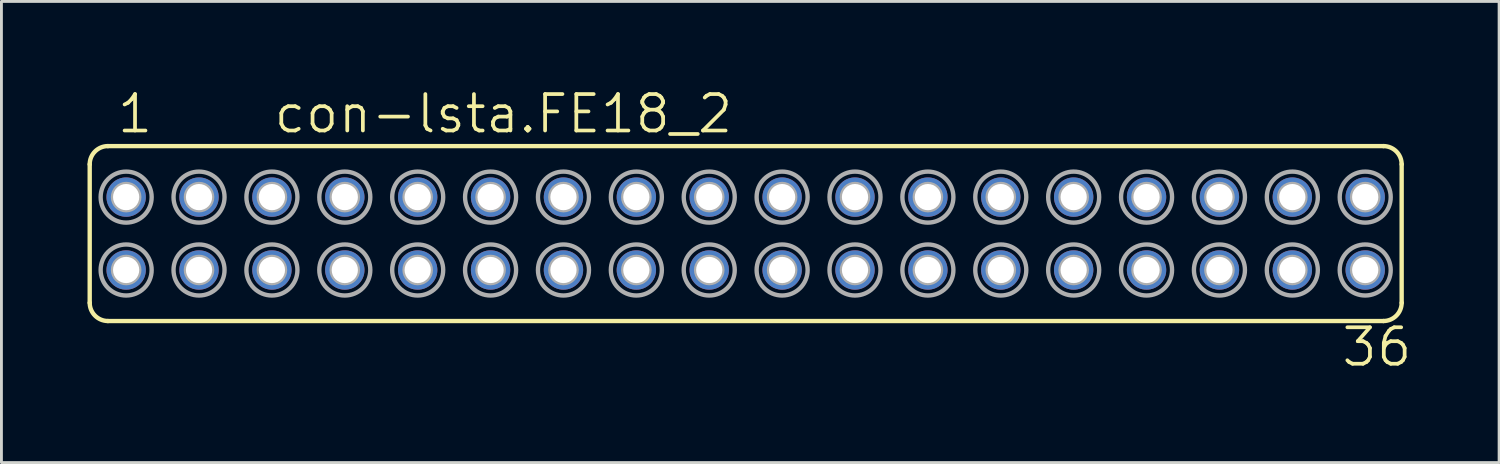
<source format=kicad_pcb>
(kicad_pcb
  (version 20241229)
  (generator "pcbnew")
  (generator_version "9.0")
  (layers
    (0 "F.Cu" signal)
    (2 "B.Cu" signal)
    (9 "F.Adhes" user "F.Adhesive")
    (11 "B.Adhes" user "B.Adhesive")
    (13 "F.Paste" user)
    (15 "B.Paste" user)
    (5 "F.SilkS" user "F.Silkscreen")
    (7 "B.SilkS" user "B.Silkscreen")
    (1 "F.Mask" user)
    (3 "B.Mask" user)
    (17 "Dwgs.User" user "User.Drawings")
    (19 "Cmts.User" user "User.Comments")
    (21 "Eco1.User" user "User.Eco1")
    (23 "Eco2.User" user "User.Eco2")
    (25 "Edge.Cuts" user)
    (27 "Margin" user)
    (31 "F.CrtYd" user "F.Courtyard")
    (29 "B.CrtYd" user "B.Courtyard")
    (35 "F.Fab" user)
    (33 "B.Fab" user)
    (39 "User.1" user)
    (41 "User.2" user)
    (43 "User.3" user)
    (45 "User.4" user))
  (footprint "con-lsta.FE18_2"
    (layer "F.Cu")
    (at 22.936 5.089)
    (property "Reference" "con-lsta.FE18_2" (at -16.51 -3.429 0) (layer "F.SilkS") (effects (font (size 1.27 1.27) (thickness 0.13)) (justify left bottom)))
    (attr through_hole)
    (fp_line (start -22.86 2.413) (end -22.86 -2.413) (stroke (width 0.152) (type default)) (layer "F.SilkS"))
    (fp_line (start -22.225 -3.048) (end 22.225 -3.048) (stroke (width 0.152) (type default)) (layer "F.SilkS"))
    (fp_line (start -22.225 3.048) (end 22.225 3.048) (stroke (width 0.152) (type default)) (layer "F.SilkS"))
    (fp_line (start 22.86 2.413) (end 22.86 -2.413) (stroke (width 0.152) (type default)) (layer "F.SilkS"))
    (fp_arc (start -22.86 -2.413) (mid -22.674013 -2.862013) (end -22.225 -3.048) (stroke (width 0.1524) (type default)) (layer "F.SilkS"))
    (fp_arc (start -22.225 3.048) (mid -22.674013 2.862013) (end -22.86 2.413) (stroke (width 0.1524) (type default)) (layer "F.SilkS"))
    (fp_arc (start 22.225 -3.048) (mid 22.674013 -2.862013) (end 22.86 -2.413) (stroke (width 0.1524) (type default)) (layer "F.SilkS"))
    (fp_arc (start 22.86 2.413) (mid 22.674013 2.862013) (end 22.225 3.048) (stroke (width 0.1524) (type default)) (layer "F.SilkS"))
    (fp_circle (center -21.59 -1.27) (end -21.463 -1.27) (stroke (width 0.406) (type default)) (fill no) (layer "F.Fab"))
    (fp_circle (center -21.59 -1.27) (end -20.701 -1.27) (stroke (width 0.152) (type default)) (fill no) (layer "F.Fab"))
    (fp_circle (center -21.59 1.27) (end -21.463 1.27) (stroke (width 0.406) (type default)) (fill no) (layer "F.Fab"))
    (fp_circle (center -21.59 1.27) (end -20.701 1.27) (stroke (width 0.152) (type default)) (fill no) (layer "F.Fab"))
    (fp_circle (center -19.05 -1.27) (end -18.923 -1.27) (stroke (width 0.406) (type default)) (fill no) (layer "F.Fab"))
    (fp_circle (center -19.05 -1.27) (end -18.161 -1.27) (stroke (width 0.152) (type default)) (fill no) (layer "F.Fab"))
    (fp_circle (center -19.05 1.27) (end -18.923 1.27) (stroke (width 0.406) (type default)) (fill no) (layer "F.Fab"))
    (fp_circle (center -19.05 1.27) (end -18.161 1.27) (stroke (width 0.152) (type default)) (fill no) (layer "F.Fab"))
    (fp_circle (center -16.51 -1.27) (end -16.383 -1.27) (stroke (width 0.406) (type default)) (fill no) (layer "F.Fab"))
    (fp_circle (center -16.51 -1.27) (end -15.621 -1.27) (stroke (width 0.152) (type default)) (fill no) (layer "F.Fab"))
    (fp_circle (center -16.51 1.27) (end -16.383 1.27) (stroke (width 0.406) (type default)) (fill no) (layer "F.Fab"))
    (fp_circle (center -16.51 1.27) (end -15.621 1.27) (stroke (width 0.152) (type default)) (fill no) (layer "F.Fab"))
    (fp_circle (center -13.97 -1.27) (end -13.843 -1.27) (stroke (width 0.406) (type default)) (fill no) (layer "F.Fab"))
    (fp_circle (center -13.97 -1.27) (end -13.081 -1.27) (stroke (width 0.152) (type default)) (fill no) (layer "F.Fab"))
    (fp_circle (center -13.97 1.27) (end -13.843 1.27) (stroke (width 0.406) (type default)) (fill no) (layer "F.Fab"))
    (fp_circle (center -13.97 1.27) (end -13.081 1.27) (stroke (width 0.152) (type default)) (fill no) (layer "F.Fab"))
    (fp_circle (center -11.43 -1.27) (end -11.303 -1.27) (stroke (width 0.406) (type default)) (fill no) (layer "F.Fab"))
    (fp_circle (center -11.43 -1.27) (end -10.541 -1.27) (stroke (width 0.152) (type default)) (fill no) (layer "F.Fab"))
    (fp_circle (center -11.43 1.27) (end -11.303 1.27) (stroke (width 0.406) (type default)) (fill no) (layer "F.Fab"))
    (fp_circle (center -11.43 1.27) (end -10.541 1.27) (stroke (width 0.152) (type default)) (fill no) (layer "F.Fab"))
    (fp_circle (center -8.89 -1.27) (end -8.763 -1.27) (stroke (width 0.406) (type default)) (fill no) (layer "F.Fab"))
    (fp_circle (center -8.89 -1.27) (end -8.001 -1.27) (stroke (width 0.152) (type default)) (fill no) (layer "F.Fab"))
    (fp_circle (center -8.89 1.27) (end -8.763 1.27) (stroke (width 0.406) (type default)) (fill no) (layer "F.Fab"))
    (fp_circle (center -8.89 1.27) (end -8.001 1.27) (stroke (width 0.152) (type default)) (fill no) (layer "F.Fab"))
    (fp_circle (center -6.35 -1.27) (end -6.223 -1.27) (stroke (width 0.406) (type default)) (fill no) (layer "F.Fab"))
    (fp_circle (center -6.35 -1.27) (end -5.461 -1.27) (stroke (width 0.152) (type default)) (fill no) (layer "F.Fab"))
    (fp_circle (center -6.35 1.27) (end -6.223 1.27) (stroke (width 0.406) (type default)) (fill no) (layer "F.Fab"))
    (fp_circle (center -6.35 1.27) (end -5.461 1.27) (stroke (width 0.152) (type default)) (fill no) (layer "F.Fab"))
    (fp_circle (center -3.81 -1.27) (end -3.683 -1.27) (stroke (width 0.406) (type default)) (fill no) (layer "F.Fab"))
    (fp_circle (center -3.81 -1.27) (end -2.921 -1.27) (stroke (width 0.152) (type default)) (fill no) (layer "F.Fab"))
    (fp_circle (center -3.81 1.27) (end -3.683 1.27) (stroke (width 0.406) (type default)) (fill no) (layer "F.Fab"))
    (fp_circle (center -3.81 1.27) (end -2.921 1.27) (stroke (width 0.152) (type default)) (fill no) (layer "F.Fab"))
    (fp_circle (center -1.27 -1.27) (end -1.143 -1.27) (stroke (width 0.406) (type default)) (fill no) (layer "F.Fab"))
    (fp_circle (center -1.27 -1.27) (end -0.381 -1.27) (stroke (width 0.152) (type default)) (fill no) (layer "F.Fab"))
    (fp_circle (center -1.27 1.27) (end -1.143 1.27) (stroke (width 0.406) (type default)) (fill no) (layer "F.Fab"))
    (fp_circle (center -1.27 1.27) (end -0.381 1.27) (stroke (width 0.152) (type default)) (fill no) (layer "F.Fab"))
    (fp_circle (center 1.27 -1.27) (end 1.397 -1.27) (stroke (width 0.406) (type default)) (fill no) (layer "F.Fab"))
    (fp_circle (center 1.27 -1.27) (end 2.159 -1.27) (stroke (width 0.152) (type default)) (fill no) (layer "F.Fab"))
    (fp_circle (center 1.27 1.27) (end 1.397 1.27) (stroke (width 0.406) (type default)) (fill no) (layer "F.Fab"))
    (fp_circle (center 1.27 1.27) (end 2.159 1.27) (stroke (width 0.152) (type default)) (fill no) (layer "F.Fab"))
    (fp_circle (center 3.81 -1.27) (end 3.937 -1.27) (stroke (width 0.406) (type default)) (fill no) (layer "F.Fab"))
    (fp_circle (center 3.81 -1.27) (end 4.699 -1.27) (stroke (width 0.152) (type default)) (fill no) (layer "F.Fab"))
    (fp_circle (center 3.81 1.27) (end 3.937 1.27) (stroke (width 0.406) (type default)) (fill no) (layer "F.Fab"))
    (fp_circle (center 3.81 1.27) (end 4.699 1.27) (stroke (width 0.152) (type default)) (fill no) (layer "F.Fab"))
    (fp_circle (center 6.35 -1.27) (end 6.477 -1.27) (stroke (width 0.406) (type default)) (fill no) (layer "F.Fab"))
    (fp_circle (center 6.35 -1.27) (end 7.239 -1.27) (stroke (width 0.152) (type default)) (fill no) (layer "F.Fab"))
    (fp_circle (center 6.35 1.27) (end 6.477 1.27) (stroke (width 0.406) (type default)) (fill no) (layer "F.Fab"))
    (fp_circle (center 6.35 1.27) (end 7.239 1.27) (stroke (width 0.152) (type default)) (fill no) (layer "F.Fab"))
    (fp_circle (center 8.89 -1.27) (end 9.017 -1.27) (stroke (width 0.406) (type default)) (fill no) (layer "F.Fab"))
    (fp_circle (center 8.89 -1.27) (end 9.779 -1.27) (stroke (width 0.152) (type default)) (fill no) (layer "F.Fab"))
    (fp_circle (center 8.89 1.27) (end 9.017 1.27) (stroke (width 0.406) (type default)) (fill no) (layer "F.Fab"))
    (fp_circle (center 8.89 1.27) (end 9.779 1.27) (stroke (width 0.152) (type default)) (fill no) (layer "F.Fab"))
    (fp_circle (center 11.43 -1.27) (end 11.557 -1.27) (stroke (width 0.406) (type default)) (fill no) (layer "F.Fab"))
    (fp_circle (center 11.43 -1.27) (end 12.319 -1.27) (stroke (width 0.152) (type default)) (fill no) (layer "F.Fab"))
    (fp_circle (center 11.43 1.27) (end 11.557 1.27) (stroke (width 0.406) (type default)) (fill no) (layer "F.Fab"))
    (fp_circle (center 11.43 1.27) (end 12.319 1.27) (stroke (width 0.152) (type default)) (fill no) (layer "F.Fab"))
    (fp_circle (center 13.97 -1.27) (end 14.097 -1.27) (stroke (width 0.406) (type default)) (fill no) (layer "F.Fab"))
    (fp_circle (center 13.97 -1.27) (end 14.859 -1.27) (stroke (width 0.152) (type default)) (fill no) (layer "F.Fab"))
    (fp_circle (center 13.97 1.27) (end 14.097 1.27) (stroke (width 0.406) (type default)) (fill no) (layer "F.Fab"))
    (fp_circle (center 13.97 1.27) (end 14.859 1.27) (stroke (width 0.152) (type default)) (fill no) (layer "F.Fab"))
    (fp_circle (center 16.51 -1.27) (end 16.637 -1.27) (stroke (width 0.406) (type default)) (fill no) (layer "F.Fab"))
    (fp_circle (center 16.51 -1.27) (end 17.399 -1.27) (stroke (width 0.152) (type default)) (fill no) (layer "F.Fab"))
    (fp_circle (center 16.51 1.27) (end 16.637 1.27) (stroke (width 0.406) (type default)) (fill no) (layer "F.Fab"))
    (fp_circle (center 16.51 1.27) (end 17.399 1.27) (stroke (width 0.152) (type default)) (fill no) (layer "F.Fab"))
    (fp_circle (center 19.05 -1.27) (end 19.177 -1.27) (stroke (width 0.406) (type default)) (fill no) (layer "F.Fab"))
    (fp_circle (center 19.05 -1.27) (end 19.939 -1.27) (stroke (width 0.152) (type default)) (fill no) (layer "F.Fab"))
    (fp_circle (center 19.05 1.27) (end 19.177 1.27) (stroke (width 0.406) (type default)) (fill no) (layer "F.Fab"))
    (fp_circle (center 19.05 1.27) (end 19.939 1.27) (stroke (width 0.152) (type default)) (fill no) (layer "F.Fab"))
    (fp_circle (center 21.59 -1.27) (end 21.717 -1.27) (stroke (width 0.406) (type default)) (fill no) (layer "F.Fab"))
    (fp_circle (center 21.59 -1.27) (end 22.479 -1.27) (stroke (width 0.152) (type default)) (fill no) (layer "F.Fab"))
    (fp_circle (center 21.59 1.27) (end 21.717 1.27) (stroke (width 0.406) (type default)) (fill no) (layer "F.Fab"))
    (fp_circle (center 21.59 1.27) (end 22.479 1.27) (stroke (width 0.152) (type default)) (fill no) (layer "F.Fab"))
    (fp_text user "1" (at -21.971 -3.429 0) (layer "F.SilkS") (effects (font (size 1.27 1.27) (thickness 0.13)) (justify left bottom)))
    (fp_text user "36" (at 20.701 4.699 0) (layer "F.SilkS") (effects (font (size 1.27 1.27) (thickness 0.13)) (justify left bottom)))
    (pad "1" thru_hole circle (at -21.59 -1.27) (size 1.372 1.372) (drill 0.914) (layers "*.Cu" "*.Mask"))
    (pad "2" thru_hole circle (at -21.59 1.27) (size 1.372 1.372) (drill 0.914) (layers "*.Cu" "*.Mask"))
    (pad "3" thru_hole circle (at -19.05 -1.27) (size 1.372 1.372) (drill 0.914) (layers "*.Cu" "*.Mask"))
    (pad "4" thru_hole circle (at -19.05 1.27) (size 1.372 1.372) (drill 0.914) (layers "*.Cu" "*.Mask"))
    (pad "5" thru_hole circle (at -16.51 -1.27) (size 1.372 1.372) (drill 0.914) (layers "*.Cu" "*.Mask"))
    (pad "6" thru_hole circle (at -16.51 1.27) (size 1.372 1.372) (drill 0.914) (layers "*.Cu" "*.Mask"))
    (pad "7" thru_hole circle (at -13.97 -1.27) (size 1.372 1.372) (drill 0.914) (layers "*.Cu" "*.Mask"))
    (pad "8" thru_hole circle (at -13.97 1.27) (size 1.372 1.372) (drill 0.914) (layers "*.Cu" "*.Mask"))
    (pad "9" thru_hole circle (at -11.43 -1.27) (size 1.372 1.372) (drill 0.914) (layers "*.Cu" "*.Mask"))
    (pad "10" thru_hole circle (at -11.43 1.27) (size 1.372 1.372) (drill 0.914) (layers "*.Cu" "*.Mask"))
    (pad "11" thru_hole circle (at -8.89 -1.27) (size 1.372 1.372) (drill 0.914) (layers "*.Cu" "*.Mask"))
    (pad "12" thru_hole circle (at -8.89 1.27) (size 1.372 1.372) (drill 0.914) (layers "*.Cu" "*.Mask"))
    (pad "13" thru_hole circle (at -6.35 -1.27) (size 1.372 1.372) (drill 0.914) (layers "*.Cu" "*.Mask"))
    (pad "14" thru_hole circle (at -6.35 1.27) (size 1.372 1.372) (drill 0.914) (layers "*.Cu" "*.Mask"))
    (pad "15" thru_hole circle (at -3.81 -1.27) (size 1.372 1.372) (drill 0.914) (layers "*.Cu" "*.Mask"))
    (pad "16" thru_hole circle (at -3.81 1.27) (size 1.372 1.372) (drill 0.914) (layers "*.Cu" "*.Mask"))
    (pad "17" thru_hole circle (at -1.27 -1.27) (size 1.372 1.372) (drill 0.914) (layers "*.Cu" "*.Mask"))
    (pad "18" thru_hole circle (at -1.27 1.27) (size 1.372 1.372) (drill 0.914) (layers "*.Cu" "*.Mask"))
    (pad "19" thru_hole circle (at 1.27 -1.27) (size 1.372 1.372) (drill 0.914) (layers "*.Cu" "*.Mask"))
    (pad "20" thru_hole circle (at 1.27 1.27) (size 1.372 1.372) (drill 0.914) (layers "*.Cu" "*.Mask"))
    (pad "21" thru_hole circle (at 3.81 -1.27) (size 1.372 1.372) (drill 0.914) (layers "*.Cu" "*.Mask"))
    (pad "22" thru_hole circle (at 3.81 1.27) (size 1.372 1.372) (drill 0.914) (layers "*.Cu" "*.Mask"))
    (pad "23" thru_hole circle (at 6.35 -1.27) (size 1.372 1.372) (drill 0.914) (layers "*.Cu" "*.Mask"))
    (pad "24" thru_hole circle (at 6.35 1.27) (size 1.372 1.372) (drill 0.914) (layers "*.Cu" "*.Mask"))
    (pad "25" thru_hole circle (at 8.89 -1.27) (size 1.372 1.372) (drill 0.914) (layers "*.Cu" "*.Mask"))
    (pad "26" thru_hole circle (at 8.89 1.27) (size 1.372 1.372) (drill 0.914) (layers "*.Cu" "*.Mask"))
    (pad "27" thru_hole circle (at 11.43 -1.27) (size 1.372 1.372) (drill 0.914) (layers "*.Cu" "*.Mask"))
    (pad "28" thru_hole circle (at 11.43 1.27) (size 1.372 1.372) (drill 0.914) (layers "*.Cu" "*.Mask"))
    (pad "29" thru_hole circle (at 13.97 -1.27) (size 1.372 1.372) (drill 0.914) (layers "*.Cu" "*.Mask"))
    (pad "30" thru_hole circle (at 13.97 1.27) (size 1.372 1.372) (drill 0.914) (layers "*.Cu" "*.Mask"))
    (pad "31" thru_hole circle (at 16.51 -1.27) (size 1.372 1.372) (drill 0.914) (layers "*.Cu" "*.Mask"))
    (pad "32" thru_hole circle (at 16.51 1.27) (size 1.372 1.372) (drill 0.914) (layers "*.Cu" "*.Mask"))
    (pad "33" thru_hole circle (at 19.05 -1.27) (size 1.372 1.372) (drill 0.914) (layers "*.Cu" "*.Mask"))
    (pad "34" thru_hole circle (at 19.05 1.27) (size 1.372 1.372) (drill 0.914) (layers "*.Cu" "*.Mask"))
    (pad "35" thru_hole circle (at 21.59 -1.27) (size 1.372 1.372) (drill 0.914) (layers "*.Cu" "*.Mask"))
    (pad "36" thru_hole circle (at 21.59 1.27) (size 1.372 1.372) (drill 0.914) (layers "*.Cu" "*.Mask")))
  (gr_rect
    (start -3 -3)
    (end 49.192 13.07)
    (stroke (width 0.1) (type default))
    (fill no)
    (layer "Edge.Cuts")))
</source>
